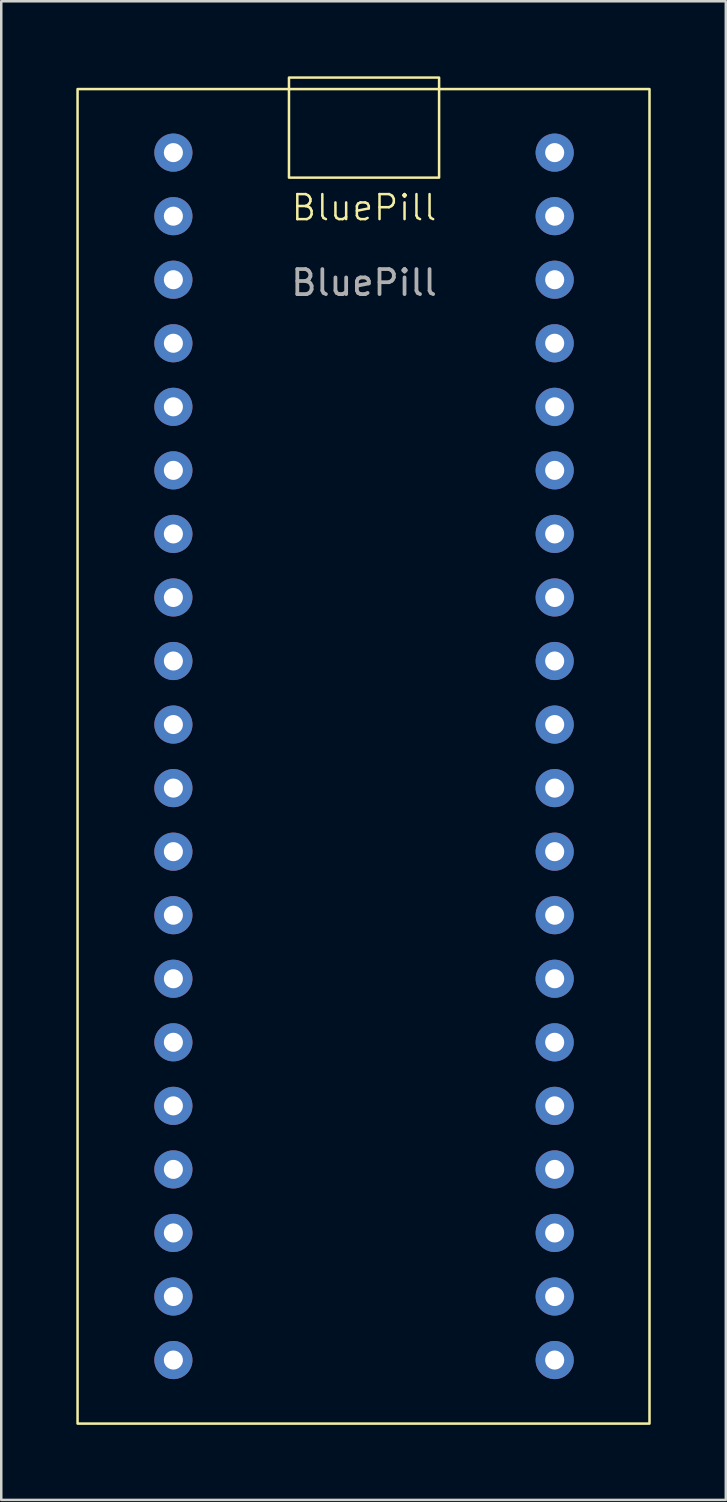
<source format=kicad_pcb>
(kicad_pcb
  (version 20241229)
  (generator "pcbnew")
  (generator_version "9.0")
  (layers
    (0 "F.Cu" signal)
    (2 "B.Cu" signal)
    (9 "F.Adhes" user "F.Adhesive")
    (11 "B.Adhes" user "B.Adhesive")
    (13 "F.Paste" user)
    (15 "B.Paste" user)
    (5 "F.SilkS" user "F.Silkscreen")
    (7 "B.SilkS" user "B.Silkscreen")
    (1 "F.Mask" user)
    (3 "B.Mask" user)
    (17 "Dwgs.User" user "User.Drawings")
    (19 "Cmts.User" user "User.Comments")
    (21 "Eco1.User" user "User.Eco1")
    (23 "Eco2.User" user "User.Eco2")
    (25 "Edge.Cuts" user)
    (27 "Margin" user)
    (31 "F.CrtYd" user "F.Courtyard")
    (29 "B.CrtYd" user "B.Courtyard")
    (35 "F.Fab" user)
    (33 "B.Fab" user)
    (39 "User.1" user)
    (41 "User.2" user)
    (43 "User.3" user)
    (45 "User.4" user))
  (footprint "BluePill"
    (layer "F.Cu")
    (at 11.5 3.05)
    (property "Reference" "BluePill" (at 0 2.2 0) (unlocked yes) (layer "F.SilkS") (effects (font (size 1 1) (thickness 0.1))))
    (attr through_hole)
    (fp_rect (start -11.45 -2.54) (end 11.41 50.8) (stroke (width 0.1) (type default)) (fill no) (layer "F.SilkS"))
    (fp_rect (start -3 -3) (end 3 1) (stroke (width 0.1) (type default)) (fill no) (layer "F.SilkS"))
    (fp_text user "${REFERENCE}" (at 0 5.2 0) (unlocked yes) (layer "F.Fab") (effects (font (size 1 1) (thickness 0.15))))
    (pad "1" thru_hole circle (at -7.62 0) (size 1.524 1.524) (drill 0.762) (layers "*.Cu" "*.Mask"))
    (pad "2" thru_hole circle (at -7.62 2.54) (size 1.524 1.524) (drill 0.762) (layers "*.Cu" "*.Mask"))
    (pad "3" thru_hole circle (at -7.62 5.08) (size 1.524 1.524) (drill 0.762) (layers "*.Cu" "*.Mask"))
    (pad "4" thru_hole circle (at -7.62 7.62) (size 1.524 1.524) (drill 0.762) (layers "*.Cu" "*.Mask"))
    (pad "5" thru_hole circle (at -7.62 10.16) (size 1.524 1.524) (drill 0.762) (layers "*.Cu" "*.Mask"))
    (pad "6" thru_hole circle (at -7.62 12.7) (size 1.524 1.524) (drill 0.762) (layers "*.Cu" "*.Mask"))
    (pad "7" thru_hole circle (at -7.62 15.24) (size 1.524 1.524) (drill 0.762) (layers "*.Cu" "*.Mask"))
    (pad "8" thru_hole circle (at -7.62 17.78) (size 1.524 1.524) (drill 0.762) (layers "*.Cu" "*.Mask"))
    (pad "9" thru_hole circle (at -7.62 20.32) (size 1.524 1.524) (drill 0.762) (layers "*.Cu" "*.Mask"))
    (pad "10" thru_hole circle (at -7.62 22.86) (size 1.524 1.524) (drill 0.762) (layers "*.Cu" "*.Mask"))
    (pad "11" thru_hole circle (at -7.62 25.4) (size 1.524 1.524) (drill 0.762) (layers "*.Cu" "*.Mask"))
    (pad "12" thru_hole circle (at -7.62 27.94) (size 1.524 1.524) (drill 0.762) (layers "*.Cu" "*.Mask"))
    (pad "13" thru_hole circle (at -7.62 30.48) (size 1.524 1.524) (drill 0.762) (layers "*.Cu" "*.Mask"))
    (pad "14" thru_hole circle (at -7.62 33.02) (size 1.524 1.524) (drill 0.762) (layers "*.Cu" "*.Mask"))
    (pad "15" thru_hole circle (at -7.62 35.56) (size 1.524 1.524) (drill 0.762) (layers "*.Cu" "*.Mask"))
    (pad "16" thru_hole circle (at -7.62 38.1) (size 1.524 1.524) (drill 0.762) (layers "*.Cu" "*.Mask"))
    (pad "17" thru_hole circle (at -7.62 40.64) (size 1.524 1.524) (drill 0.762) (layers "*.Cu" "*.Mask"))
    (pad "18" thru_hole circle (at -7.62 43.18) (size 1.524 1.524) (drill 0.762) (layers "*.Cu" "*.Mask"))
    (pad "19" thru_hole circle (at -7.62 45.72) (size 1.524 1.524) (drill 0.762) (layers "*.Cu" "*.Mask"))
    (pad "20" thru_hole circle (at -7.62 48.26) (size 1.524 1.524) (drill 0.762) (layers "*.Cu" "*.Mask"))
    (pad "21" thru_hole circle (at 7.62 0) (size 1.524 1.524) (drill 0.762) (layers "*.Cu" "*.Mask"))
    (pad "22" thru_hole circle (at 7.62 2.54) (size 1.524 1.524) (drill 0.762) (layers "*.Cu" "*.Mask"))
    (pad "23" thru_hole circle (at 7.62 5.08) (size 1.524 1.524) (drill 0.762) (layers "*.Cu" "*.Mask"))
    (pad "24" thru_hole circle (at 7.62 7.62) (size 1.524 1.524) (drill 0.762) (layers "*.Cu" "*.Mask"))
    (pad "25" thru_hole circle (at 7.62 10.16) (size 1.524 1.524) (drill 0.762) (layers "*.Cu" "*.Mask"))
    (pad "26" thru_hole circle (at 7.62 12.7) (size 1.524 1.524) (drill 0.762) (layers "*.Cu" "*.Mask"))
    (pad "27" thru_hole circle (at 7.62 15.24) (size 1.524 1.524) (drill 0.762) (layers "*.Cu" "*.Mask"))
    (pad "28" thru_hole circle (at 7.62 17.78) (size 1.524 1.524) (drill 0.762) (layers "*.Cu" "*.Mask"))
    (pad "29" thru_hole circle (at 7.62 20.32) (size 1.524 1.524) (drill 0.762) (layers "*.Cu" "*.Mask"))
    (pad "30" thru_hole circle (at 7.62 22.86) (size 1.524 1.524) (drill 0.762) (layers "*.Cu" "*.Mask"))
    (pad "31" thru_hole circle (at 7.62 25.4) (size 1.524 1.524) (drill 0.762) (layers "*.Cu" "*.Mask"))
    (pad "32" thru_hole circle (at 7.62 27.94) (size 1.524 1.524) (drill 0.762) (layers "*.Cu" "*.Mask"))
    (pad "33" thru_hole circle (at 7.62 30.48) (size 1.524 1.524) (drill 0.762) (layers "*.Cu" "*.Mask"))
    (pad "34" thru_hole circle (at 7.62 33.02) (size 1.524 1.524) (drill 0.762) (layers "*.Cu" "*.Mask"))
    (pad "35" thru_hole circle (at 7.62 35.56) (size 1.524 1.524) (drill 0.762) (layers "*.Cu" "*.Mask"))
    (pad "36" thru_hole circle (at 7.62 38.1) (size 1.524 1.524) (drill 0.762) (layers "*.Cu" "*.Mask"))
    (pad "37" thru_hole circle (at 7.62 40.64) (size 1.524 1.524) (drill 0.762) (layers "*.Cu" "*.Mask"))
    (pad "38" thru_hole circle (at 7.62 43.18) (size 1.524 1.524) (drill 0.762) (layers "*.Cu" "*.Mask"))
    (pad "39" thru_hole circle (at 7.62 45.72) (size 1.524 1.524) (drill 0.762) (layers "*.Cu" "*.Mask"))
    (pad "40" thru_hole circle (at 7.62 48.26) (size 1.524 1.524) (drill 0.762) (layers "*.Cu" "*.Mask")))
  (gr_rect
    (start -3 -3)
    (end 25.96 56.9)
    (stroke (width 0.1) (type default))
    (fill no)
    (layer "Edge.Cuts")))
</source>
